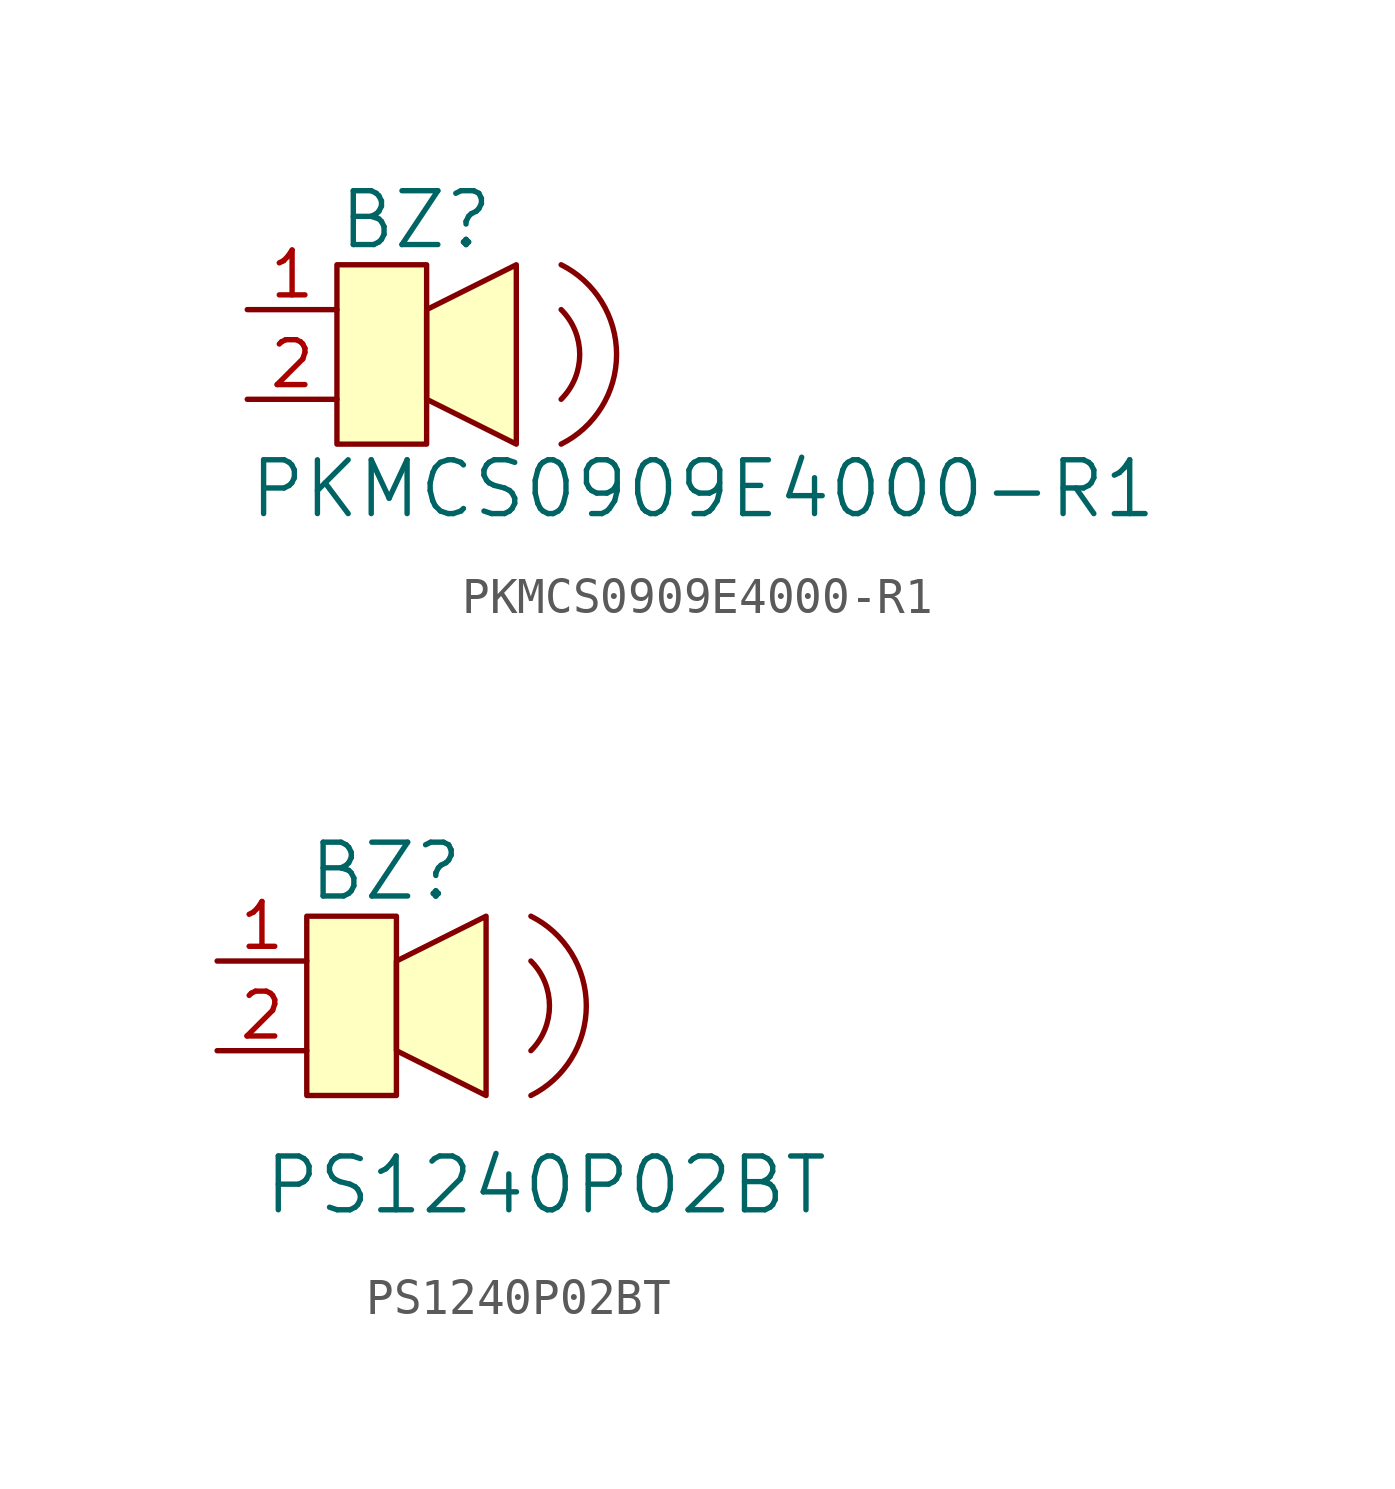
<source format=kicad_sym>
(kicad_symbol_lib
  (version 20211014)
  (generator kicad_symbol_editor)
  (symbol "PKMCS0909E4000-R1"
    (pin_names
      (offset 0.025))
    (property "Reference" "BZ"
      (at 0 5.08 0)
      (effects (font (size 1.524 1.524)) (justify left)))
    (property "Value" "PKMCS0909E4000-R1"
      (at -2.54 -2.54 0)
      (effects (font (size 1.524 1.524)) (justify left)))
    (symbol "PKMCS0909E4000-R1_0_1"
      (polyline (pts (xy 2.54 2.54) (xy 5.08 3.81) (xy 5.08 -1.27) (xy 2.54 0) (xy 2.54 2.54)) (stroke (width 0) (type default) (color 0 0 0 0)) (fill (type background)))
      (rectangle (start 0 3.81) (end 2.54 -1.27) (stroke (width 0) (type default) (color 0 0 0 0)) (fill (type background)))
      (arc (start 6.35 -1.27) (mid 7.9198 1.27) (end 6.35 3.81) (stroke (width 0) (type default) (color 0 0 0 0)) (fill (type none)))
      (arc (start 6.35 0) (mid 6.8761 1.27) (end 6.35 2.54) (stroke (width 0) (type default) (color 0 0 0 0)) (fill (type none))))
    (symbol "PKMCS0909E4000-R1_1_1"
      (pin input line (at -2.54 2.54 0) (length 2.54) (name "~" (effects (font (size 1.27 1.27)))) (number "1" (effects (font (size 1.27 1.27)))))
      (pin input line (at -2.54 0 0) (length 2.54) (name "~" (effects (font (size 1.27 1.27)))) (number "2" (effects (font (size 1.27 1.27)))))))
  (symbol "PS1240P02BT"
    (pin_names
      (offset 0))
    (property "Reference" "BZ"
      (at 0 5.08 0)
      (effects (font (size 1.524 1.524)) (justify left)))
    (property "Value" "PS1240P02BT"
      (at -1.27 -3.81 0)
      (effects (font (size 1.524 1.524)) (justify left)))
    (symbol "PS1240P02BT_0_1"
      (polyline (pts (xy 2.54 2.54) (xy 5.08 3.81) (xy 5.08 -1.27) (xy 2.54 0) (xy 2.54 2.54)) (stroke (width 0) (type default) (color 0 0 0 0)) (fill (type background)))
      (rectangle (start 0 3.81) (end 2.54 -1.27) (stroke (width 0) (type default) (color 0 0 0 0)) (fill (type background)))
      (arc (start 6.35 -1.27) (mid 7.9198 1.27) (end 6.35 3.81) (stroke (width 0) (type default) (color 0 0 0 0)) (fill (type none)))
      (arc (start 6.35 0) (mid 6.8761 1.27) (end 6.35 2.54) (stroke (width 0) (type default) (color 0 0 0 0)) (fill (type none))))
    (symbol "PS1240P02BT_1_1"
      (pin input line (at -2.54 2.54 0) (length 2.54) (name "~" (effects (font (size 1.27 1.27)))) (number "1" (effects (font (size 1.27 1.27)))))
      (pin input line (at -2.54 0 0) (length 2.54) (name "~" (effects (font (size 1.27 1.27)))) (number "2" (effects (font (size 1.27 1.27))))))))
</source>
